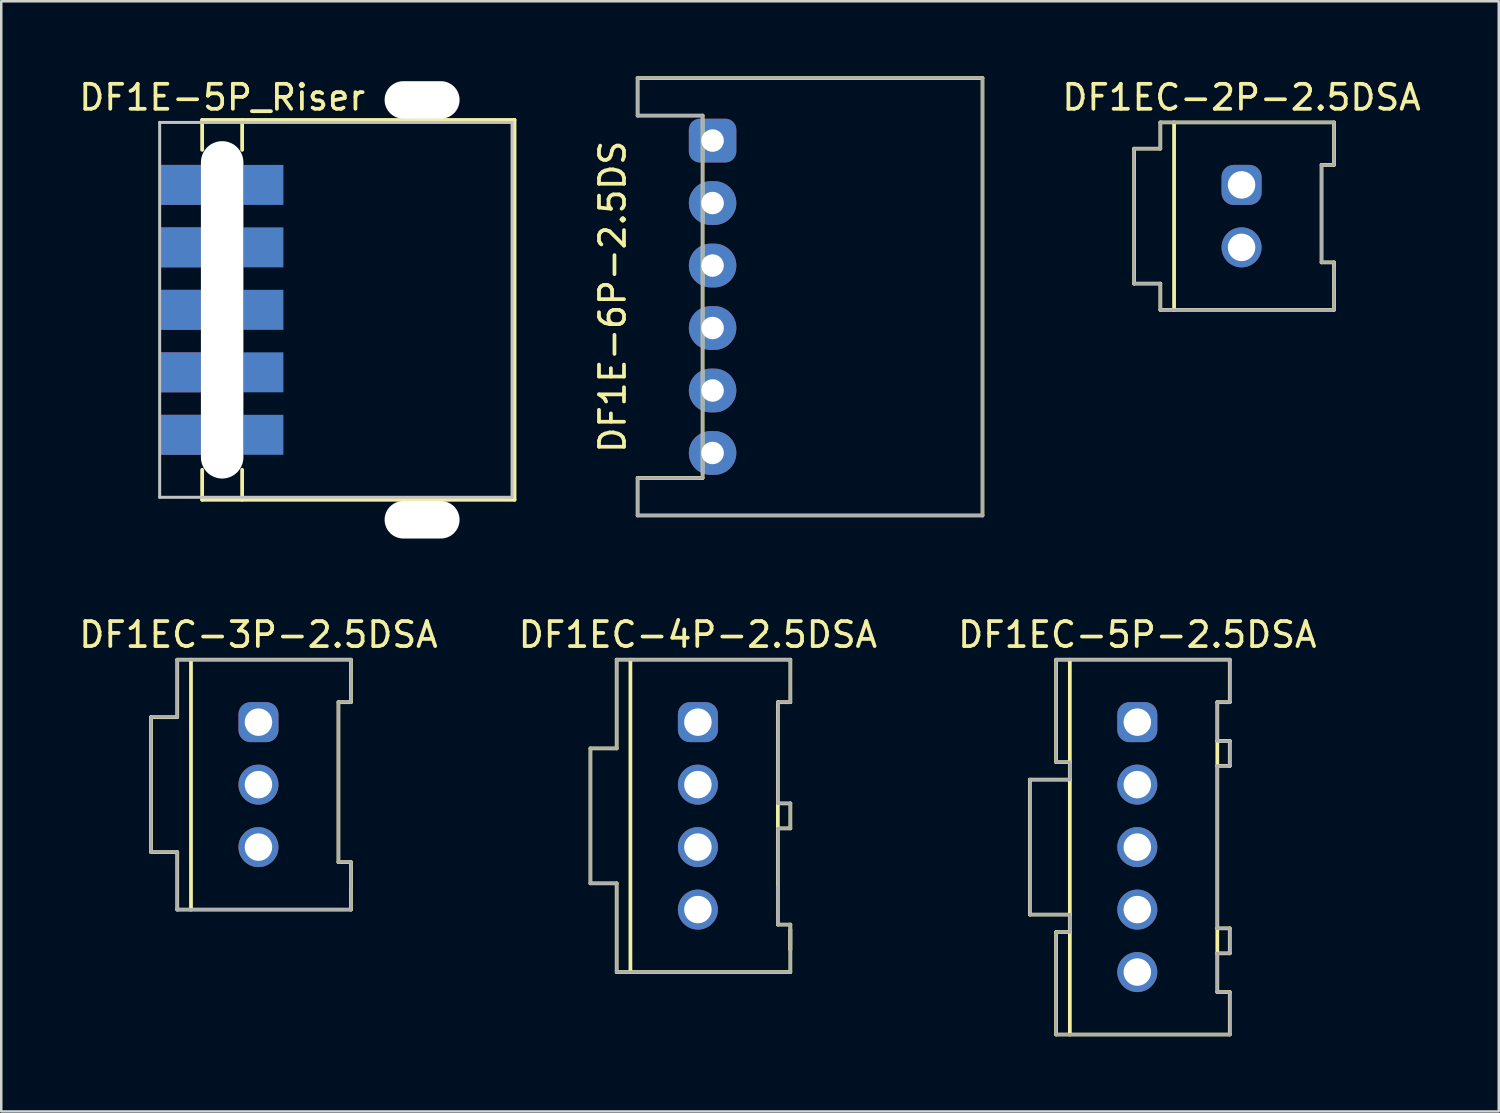
<source format=kicad_pcb>
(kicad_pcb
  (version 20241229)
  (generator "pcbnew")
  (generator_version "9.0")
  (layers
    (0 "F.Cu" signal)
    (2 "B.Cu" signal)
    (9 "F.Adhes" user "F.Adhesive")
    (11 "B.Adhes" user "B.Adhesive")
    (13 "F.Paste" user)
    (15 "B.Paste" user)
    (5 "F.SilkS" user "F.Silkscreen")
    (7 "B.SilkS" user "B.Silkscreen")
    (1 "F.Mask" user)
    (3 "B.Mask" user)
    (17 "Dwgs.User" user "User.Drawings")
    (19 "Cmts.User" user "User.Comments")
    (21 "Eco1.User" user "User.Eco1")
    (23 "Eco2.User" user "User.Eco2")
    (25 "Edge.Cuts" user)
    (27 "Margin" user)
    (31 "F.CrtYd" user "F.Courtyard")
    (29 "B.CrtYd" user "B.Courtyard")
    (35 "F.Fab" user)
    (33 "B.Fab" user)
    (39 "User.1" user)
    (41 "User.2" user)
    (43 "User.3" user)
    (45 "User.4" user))
  (footprint "DF1EC-4P-2.5DSA"
    (layer "F.Cu")
    (at 24.875 29.596)
    (property "Reference" "DF1EC-4P-2.5DSA" (at 0 -7.25 0) (layer "F.SilkS") (effects (font (size 1 1) (thickness 0.15))))
    (attr through_hole)
    (fp_line (start -4.3 -2.7) (end -4.3 2.7) (stroke (width 0.15) (type solid)) (layer "F.SilkS"))
    (fp_line (start -4.3 -2.7) (end -3.25 -2.7) (stroke (width 0.15) (type solid)) (layer "F.SilkS"))
    (fp_line (start -4.3 2.7) (end -3.25 2.7) (stroke (width 0.15) (type solid)) (layer "F.SilkS"))
    (fp_line (start -3.25 -6.25) (end -3.25 -2.7) (stroke (width 0.15) (type solid)) (layer "F.SilkS"))
    (fp_line (start -3.25 -6.25) (end 3.7 -6.25) (stroke (width 0.15) (type solid)) (layer "F.SilkS"))
    (fp_line (start -3.25 2.7) (end -3.25 6.25) (stroke (width 0.15) (type solid)) (layer "F.SilkS"))
    (fp_line (start -3.25 6.25) (end 3.7 6.25) (stroke (width 0.15) (type solid)) (layer "F.SilkS"))
    (fp_line (start -2.7 -6.25) (end -2.7 6.25) (stroke (width 0.15) (type solid)) (layer "F.SilkS"))
    (fp_line (start 3.2 -4.55) (end 3.2 4.35) (stroke (width 0.15) (type solid)) (layer "F.SilkS"))
    (fp_line (start 3.2 -0.5) (end 3.7 -0.5) (stroke (width 0.15) (type solid)) (layer "F.SilkS"))
    (fp_line (start 3.2 0.5) (end 3.7 0.5) (stroke (width 0.15) (type solid)) (layer "F.SilkS"))
    (fp_line (start 3.2 4.35) (end 3.7 4.35) (stroke (width 0.15) (type solid)) (layer "F.SilkS"))
    (fp_line (start 3.7 -6.25) (end 3.7 -4.55) (stroke (width 0.15) (type solid)) (layer "F.SilkS"))
    (fp_line (start 3.7 -4.55) (end 3.2 -4.55) (stroke (width 0.15) (type solid)) (layer "F.SilkS"))
    (fp_line (start 3.7 -0.5) (end 3.7 0.5) (stroke (width 0.15) (type solid)) (layer "F.SilkS"))
    (fp_line (start 3.7 4.35) (end 3.7 5.35) (stroke (width 0.15) (type solid)) (layer "F.SilkS"))
    (fp_line (start 3.7 4.55) (end 3.7 6.25) (stroke (width 0.15) (type solid)) (layer "F.SilkS"))
    (fp_line (start -4.3 -2.7) (end -4.3 2.7) (stroke (width 0.12) (type solid)) (layer "F.Fab"))
    (fp_line (start -4.3 -2.7) (end -3.25 -2.7) (stroke (width 0.12) (type solid)) (layer "F.Fab"))
    (fp_line (start -4.3 2.7) (end -3.25 2.7) (stroke (width 0.12) (type solid)) (layer "F.Fab"))
    (fp_line (start -3.25 -6.25) (end -3.25 -2.7) (stroke (width 0.12) (type solid)) (layer "F.Fab"))
    (fp_line (start -3.25 -6.25) (end 3.7 -6.25) (stroke (width 0.12) (type solid)) (layer "F.Fab"))
    (fp_line (start -3.25 2.7) (end -3.25 6.25) (stroke (width 0.12) (type solid)) (layer "F.Fab"))
    (fp_line (start -3.25 6.25) (end 3.7 6.25) (stroke (width 0.12) (type solid)) (layer "F.Fab"))
    (fp_line (start 3.2 -4.55) (end 3.2 -0.5) (stroke (width 0.12) (type solid)) (layer "F.Fab"))
    (fp_line (start 3.2 -4.55) (end 3.7 -4.55) (stroke (width 0.12) (type solid)) (layer "F.Fab"))
    (fp_line (start 3.2 -0.5) (end 3.7 -0.5) (stroke (width 0.12) (type solid)) (layer "F.Fab"))
    (fp_line (start 3.2 0.5) (end 3.2 4.35) (stroke (width 0.12) (type solid)) (layer "F.Fab"))
    (fp_line (start 3.2 0.5) (end 3.7 0.5) (stroke (width 0.12) (type solid)) (layer "F.Fab"))
    (fp_line (start 3.2 2.85) (end 3.2 4.35) (stroke (width 0.12) (type solid)) (layer "F.Fab"))
    (fp_line (start 3.2 4.35) (end 3.7 4.35) (stroke (width 0.12) (type solid)) (layer "F.Fab"))
    (fp_line (start 3.7 -6.25) (end 3.7 -4.55) (stroke (width 0.12) (type solid)) (layer "F.Fab"))
    (fp_line (start 3.7 -0.5) (end 3.7 0.5) (stroke (width 0.12) (type solid)) (layer "F.Fab"))
    (fp_line (start 3.7 4.35) (end 3.7 5.35) (stroke (width 0.12) (type solid)) (layer "F.Fab"))
    (fp_line (start 3.7 4.55) (end 3.7 6.25) (stroke (width 0.12) (type solid)) (layer "F.Fab"))
    (pad "1" thru_hole roundrect (at 0 -3.75) (size 1.6 1.6) (drill 1.1) (layers "*.Cu" "*.Mask") (roundrect_rratio 0.3))
    (pad "2" thru_hole circle (at 0 -1.25) (size 1.6 1.6) (drill 1.1) (layers "*.Cu" "*.Mask"))
    (pad "3" thru_hole circle (at 0 1.25) (size 1.6 1.6) (drill 1.1) (layers "*.Cu" "*.Mask"))
    (pad "4" thru_hole circle (at 0 3.75) (size 1.6 1.6) (drill 1.1) (layers "*.Cu" "*.Mask")))
  (footprint "DF1EC-3P-2.5DSA"
    (layer "F.Cu")
    (at 7.292 28.346)
    (property "Reference" "DF1EC-3P-2.5DSA" (at 0 -6 0) (layer "F.SilkS") (effects (font (size 1 1) (thickness 0.15))))
    (attr through_hole)
    (fp_line (start -4.3 -2.7) (end -4.3 2.7) (stroke (width 0.15) (type solid)) (layer "F.SilkS"))
    (fp_line (start -4.3 -2.7) (end -3.25 -2.7) (stroke (width 0.15) (type solid)) (layer "F.SilkS"))
    (fp_line (start -4.3 2.7) (end -3.25 2.7) (stroke (width 0.15) (type solid)) (layer "F.SilkS"))
    (fp_line (start -3.25 -5) (end -3.25 -2.7) (stroke (width 0.15) (type solid)) (layer "F.SilkS"))
    (fp_line (start -3.25 -5) (end 3.7 -5) (stroke (width 0.15) (type solid)) (layer "F.SilkS"))
    (fp_line (start -3.25 2.7) (end -3.25 5) (stroke (width 0.15) (type solid)) (layer "F.SilkS"))
    (fp_line (start -3.25 5) (end 3.7 5) (stroke (width 0.15) (type solid)) (layer "F.SilkS"))
    (fp_line (start -2.7 -5) (end -2.7 5) (stroke (width 0.15) (type solid)) (layer "F.SilkS"))
    (fp_line (start 3.2 -3.3) (end 3.2 3.1) (stroke (width 0.15) (type solid)) (layer "F.SilkS"))
    (fp_line (start 3.2 3.1) (end 3.7 3.1) (stroke (width 0.15) (type solid)) (layer "F.SilkS"))
    (fp_line (start 3.7 -5) (end 3.7 -3.3) (stroke (width 0.15) (type solid)) (layer "F.SilkS"))
    (fp_line (start 3.7 -3.3) (end 3.2 -3.3) (stroke (width 0.15) (type solid)) (layer "F.SilkS"))
    (fp_line (start 3.7 3.1) (end 3.7 4.1) (stroke (width 0.15) (type solid)) (layer "F.SilkS"))
    (fp_line (start 3.7 3.3) (end 3.7 5) (stroke (width 0.15) (type solid)) (layer "F.SilkS"))
    (fp_line (start -4.3 -2.7) (end -4.3 2.7) (stroke (width 0.12) (type solid)) (layer "F.Fab"))
    (fp_line (start -4.3 -2.7) (end -3.25 -2.7) (stroke (width 0.12) (type solid)) (layer "F.Fab"))
    (fp_line (start -4.3 2.7) (end -3.25 2.7) (stroke (width 0.12) (type solid)) (layer "F.Fab"))
    (fp_line (start -3.25 -5) (end -3.25 -2.7) (stroke (width 0.12) (type solid)) (layer "F.Fab"))
    (fp_line (start -3.25 -5) (end 3.7 -5) (stroke (width 0.12) (type solid)) (layer "F.Fab"))
    (fp_line (start -3.25 2.7) (end -3.25 5) (stroke (width 0.12) (type solid)) (layer "F.Fab"))
    (fp_line (start -3.25 5) (end 3.7 5) (stroke (width 0.12) (type solid)) (layer "F.Fab"))
    (fp_line (start 3.2 -3.3) (end 3.2 3.1) (stroke (width 0.12) (type solid)) (layer "F.Fab"))
    (fp_line (start 3.2 -3.3) (end 3.7 -3.3) (stroke (width 0.12) (type solid)) (layer "F.Fab"))
    (fp_line (start 3.2 3.1) (end 3.7 3.1) (stroke (width 0.12) (type solid)) (layer "F.Fab"))
    (fp_line (start 3.7 -5) (end 3.7 -3.3) (stroke (width 0.12) (type solid)) (layer "F.Fab"))
    (fp_line (start 3.7 3.1) (end 3.7 4.1) (stroke (width 0.12) (type solid)) (layer "F.Fab"))
    (fp_line (start 3.7 3.3) (end 3.7 5) (stroke (width 0.12) (type solid)) (layer "F.Fab"))
    (pad "1" thru_hole roundrect (at 0 -2.5) (size 1.6 1.6) (drill 1.1) (layers "*.Cu" "*.Mask") (roundrect_rratio 0.3))
    (pad "2" thru_hole circle (at 0 0) (size 1.6 1.6) (drill 1.1) (layers "*.Cu" "*.Mask"))
    (pad "3" thru_hole circle (at 0 2.5) (size 1.6 1.6) (drill 1.1) (layers "*.Cu" "*.Mask")))
  (footprint "DF1EC-5P-2.5DSA"
    (layer "F.Cu")
    (at 42.458 30.846)
    (property "Reference" "DF1EC-5P-2.5DSA" (at 0 -8.5 0) (layer "F.SilkS") (effects (font (size 1 1) (thickness 0.15))))
    (attr through_hole)
    (fp_line (start -4.3 -2.7) (end -4.3 2.7) (stroke (width 0.15) (type solid)) (layer "F.SilkS"))
    (fp_line (start -4.3 -2.7) (end -2.7 -2.7) (stroke (width 0.15) (type solid)) (layer "F.SilkS"))
    (fp_line (start -4.3 2.7) (end -2.7 2.7) (stroke (width 0.15) (type solid)) (layer "F.SilkS"))
    (fp_line (start -3.25 -7.5) (end -3.25 -3.4) (stroke (width 0.15) (type solid)) (layer "F.SilkS"))
    (fp_line (start -3.25 -7.5) (end 3.7 -7.5) (stroke (width 0.15) (type solid)) (layer "F.SilkS"))
    (fp_line (start -3.25 -3.4) (end -2.7 -3.4) (stroke (width 0.15) (type solid)) (layer "F.SilkS"))
    (fp_line (start -3.25 3.4) (end -3.25 7.5) (stroke (width 0.15) (type solid)) (layer "F.SilkS"))
    (fp_line (start -3.25 3.4) (end -2.7 3.4) (stroke (width 0.15) (type solid)) (layer "F.SilkS"))
    (fp_line (start -3.25 7.5) (end 3.7 7.5) (stroke (width 0.15) (type solid)) (layer "F.SilkS"))
    (fp_line (start -2.7 -7.5) (end -2.7 7.5) (stroke (width 0.15) (type solid)) (layer "F.SilkS"))
    (fp_line (start 3.2 -5.8) (end 3.2 5.8) (stroke (width 0.15) (type solid)) (layer "F.SilkS"))
    (fp_line (start 3.2 -4.25) (end 3.7 -4.25) (stroke (width 0.15) (type solid)) (layer "F.SilkS"))
    (fp_line (start 3.2 -3.25) (end 3.7 -3.25) (stroke (width 0.15) (type solid)) (layer "F.SilkS"))
    (fp_line (start 3.2 3.25) (end 3.7 3.25) (stroke (width 0.15) (type solid)) (layer "F.SilkS"))
    (fp_line (start 3.2 4.25) (end 3.7 4.25) (stroke (width 0.15) (type solid)) (layer "F.SilkS"))
    (fp_line (start 3.2 5.8) (end 3.7 5.8) (stroke (width 0.15) (type solid)) (layer "F.SilkS"))
    (fp_line (start 3.7 -7.5) (end 3.7 -5.8) (stroke (width 0.15) (type solid)) (layer "F.SilkS"))
    (fp_line (start 3.7 -5.8) (end 3.2 -5.8) (stroke (width 0.15) (type solid)) (layer "F.SilkS"))
    (fp_line (start 3.7 -4.25) (end 3.7 -3.25) (stroke (width 0.15) (type solid)) (layer "F.SilkS"))
    (fp_line (start 3.7 3.25) (end 3.7 4.25) (stroke (width 0.15) (type solid)) (layer "F.SilkS"))
    (fp_line (start 3.7 5.8) (end 3.7 7.5) (stroke (width 0.15) (type solid)) (layer "F.SilkS"))
    (fp_line (start -4.3 -2.7) (end -4.3 2.7) (stroke (width 0.12) (type solid)) (layer "F.Fab"))
    (fp_line (start -4.3 -2.7) (end -2.7 -2.7) (stroke (width 0.12) (type solid)) (layer "F.Fab"))
    (fp_line (start -4.3 2.7) (end -2.7 2.7) (stroke (width 0.12) (type solid)) (layer "F.Fab"))
    (fp_line (start -3.25 -7.5) (end -3.25 -3.4) (stroke (width 0.12) (type solid)) (layer "F.Fab"))
    (fp_line (start -3.25 -7.5) (end 3.7 -7.5) (stroke (width 0.12) (type solid)) (layer "F.Fab"))
    (fp_line (start -3.25 -3.4) (end -2.7 -3.4) (stroke (width 0.12) (type solid)) (layer "F.Fab"))
    (fp_line (start -3.25 3.4) (end -3.25 7.5) (stroke (width 0.12) (type solid)) (layer "F.Fab"))
    (fp_line (start -3.25 3.4) (end -2.7 3.4) (stroke (width 0.12) (type solid)) (layer "F.Fab"))
    (fp_line (start -3.25 7.5) (end 3.7 7.5) (stroke (width 0.12) (type solid)) (layer "F.Fab"))
    (fp_line (start -2.7 -3.4) (end -2.7 -2.7) (stroke (width 0.12) (type solid)) (layer "F.Fab"))
    (fp_line (start -2.7 2.7) (end -2.7 3.4) (stroke (width 0.12) (type solid)) (layer "F.Fab"))
    (fp_line (start 3.2 -5.8) (end 3.2 -4.25) (stroke (width 0.12) (type solid)) (layer "F.Fab"))
    (fp_line (start 3.2 -5.8) (end 3.7 -5.8) (stroke (width 0.12) (type solid)) (layer "F.Fab"))
    (fp_line (start 3.2 -4.25) (end 3.7 -4.25) (stroke (width 0.12) (type solid)) (layer "F.Fab"))
    (fp_line (start 3.2 -3.25) (end 3.2 3.25) (stroke (width 0.12) (type solid)) (layer "F.Fab"))
    (fp_line (start 3.2 -3.25) (end 3.7 -3.25) (stroke (width 0.12) (type solid)) (layer "F.Fab"))
    (fp_line (start 3.2 3.25) (end 3.7 3.25) (stroke (width 0.12) (type solid)) (layer "F.Fab"))
    (fp_line (start 3.2 4.25) (end 3.2 5.8) (stroke (width 0.12) (type solid)) (layer "F.Fab"))
    (fp_line (start 3.2 4.25) (end 3.7 4.25) (stroke (width 0.12) (type solid)) (layer "F.Fab"))
    (fp_line (start 3.2 5.8) (end 3.7 5.8) (stroke (width 0.12) (type solid)) (layer "F.Fab"))
    (fp_line (start 3.7 -7.5) (end 3.7 -5.8) (stroke (width 0.12) (type solid)) (layer "F.Fab"))
    (fp_line (start 3.7 -4.25) (end 3.7 -3.25) (stroke (width 0.12) (type solid)) (layer "F.Fab"))
    (fp_line (start 3.7 3.25) (end 3.7 4.25) (stroke (width 0.12) (type solid)) (layer "F.Fab"))
    (fp_line (start 3.7 5.8) (end 3.7 7.5) (stroke (width 0.12) (type solid)) (layer "F.Fab"))
    (pad "1" thru_hole roundrect (at 0 -5) (size 1.6 1.6) (drill 1.1) (layers "*.Cu" "*.Mask") (roundrect_rratio 0.3))
    (pad "2" thru_hole circle (at 0 -2.5) (size 1.6 1.6) (drill 1.1) (layers "*.Cu" "*.Mask"))
    (pad "3" thru_hole circle (at 0 0) (size 1.6 1.6) (drill 1.1) (layers "*.Cu" "*.Mask"))
    (pad "4" thru_hole circle (at 0 2.5) (size 1.6 1.6) (drill 1.1) (layers "*.Cu" "*.Mask"))
    (pad "5" thru_hole circle (at 0 5) (size 1.6 1.6) (drill 1.1) (layers "*.Cu" "*.Mask")))
  (footprint "DF1E-5P_Riser"
    (layer "F.Cu")
    (at 5.839 9.348)
    (property "Reference" "DF1E-5P_Riser" (at 0 -8.5 0) (layer "F.SilkS") (effects (font (size 1 1) (thickness 0.15))))
    (attr through_hole)
    (fp_line (start -0.8 -7.6) (end -0.8 -6.4) (stroke (width 0.15) (type solid)) (layer "F.SilkS"))
    (fp_line (start -0.8 -7.6) (end 11.7 -7.6) (stroke (width 0.15) (type solid)) (layer "F.SilkS"))
    (fp_line (start -0.8 6.4) (end -0.8 7.6) (stroke (width 0.15) (type solid)) (layer "F.SilkS"))
    (fp_line (start -0.8 7.6) (end 11.7 7.6) (stroke (width 0.15) (type solid)) (layer "F.SilkS"))
    (fp_line (start 0.8 -7.6) (end 0.8 -6.4) (stroke (width 0.15) (type solid)) (layer "F.SilkS"))
    (fp_line (start 0.8 6.4) (end 0.8 7.6) (stroke (width 0.15) (type solid)) (layer "F.SilkS"))
    (fp_line (start 11.7 -7.6) (end 11.7 7.6) (stroke (width 0.15) (type solid)) (layer "F.SilkS"))
    (fp_line (start -2.5 -7.5) (end -2.5 7.5) (stroke (width 0.12) (type solid)) (layer "Dwgs.User"))
    (fp_line (start -2.5 -7.5) (end 11.6 -7.5) (stroke (width 0.12) (type solid)) (layer "Dwgs.User"))
    (fp_line (start -2.5 7.5) (end 11.6 7.5) (stroke (width 0.12) (type solid)) (layer "Dwgs.User"))
    (fp_line (start 11.6 -7.5) (end 11.6 7.5) (stroke (width 0.12) (type solid)) (layer "Dwgs.User"))
    (pad "" np_thru_hole oval (at 0 0) (size 1.7 13.5) (drill oval 1.7 13.5) (layers "*.Cu" "*.Mask"))
    (pad "" np_thru_hole oval (at 8 -8.4) (size 3 1.5) (drill oval 3 1.5) (layers "*.Cu" "*.Mask"))
    (pad "" np_thru_hole oval (at 8 8.4) (size 3 1.5) (drill oval 3 1.5) (layers "*.Cu" "*.Mask"))
    (pad "1" connect rect (at -1.65 -5) (size 1.6 1.6) (layers "F.Cu" "F.Mask"))
    (pad "1" connect rect (at -1.65 -5) (size 1.6 1.6) (layers "B.Cu" "B.Mask"))
    (pad "1" connect rect (at 1.65 -5) (size 1.6 1.6) (layers "B.Cu" "B.Mask"))
    (pad "2" connect rect (at -1.65 -2.5) (size 1.6 1.6) (layers "F.Cu" "F.Mask"))
    (pad "2" connect rect (at -1.65 -2.5) (size 1.6 1.6) (layers "B.Cu" "B.Mask"))
    (pad "2" connect rect (at 1.65 -2.5) (size 1.6 1.6) (layers "B.Cu" "B.Mask"))
    (pad "3" connect rect (at -1.65 0) (size 1.6 1.6) (layers "F.Cu" "F.Mask"))
    (pad "3" connect rect (at -1.65 0) (size 1.6 1.6) (layers "B.Cu" "B.Mask"))
    (pad "3" connect rect (at 1.65 0) (size 1.6 1.6) (layers "B.Cu" "B.Mask"))
    (pad "4" connect rect (at -1.65 2.5) (size 1.6 1.6) (layers "F.Cu" "F.Mask"))
    (pad "4" connect rect (at -1.65 2.5) (size 1.6 1.6) (layers "B.Cu" "B.Mask"))
    (pad "4" connect rect (at 1.65 2.5) (size 1.6 1.6) (layers "B.Cu" "B.Mask"))
    (pad "5" connect rect (at -1.65 5) (size 1.6 1.6) (layers "F.Cu" "F.Mask"))
    (pad "5" connect rect (at -1.65 5) (size 1.6 1.6) (layers "B.Cu" "B.Mask"))
    (pad "5" connect rect (at 1.65 5) (size 1.6 1.6) (layers "B.Cu" "B.Mask")))
  (footprint "DF1E-6P-2.5DS"
    (layer "F.Cu")
    (at 25.463 8.825)
    (property "Reference" "DF1E-6P-2.5DS" (at -4 0 90) (layer "F.SilkS") (effects (font (size 1 1) (thickness 0.15))))
    (attr through_hole)
    (fp_line (start -3 -7.25) (end -3 -8.75) (stroke (width 0.15) (type solid)) (layer "F.SilkS"))
    (fp_line (start -3 8.75) (end -3 7.25) (stroke (width 0.15) (type solid)) (layer "F.SilkS"))
    (fp_line (start -0.4 -7.25) (end -3 -7.25) (stroke (width 0.15) (type solid)) (layer "F.SilkS"))
    (fp_line (start -0.4 7.25) (end -3 7.25) (stroke (width 0.15) (type solid)) (layer "F.SilkS"))
    (fp_line (start -0.4 7.25) (end -0.4 -7.25) (stroke (width 0.15) (type solid)) (layer "F.SilkS"))
    (fp_line (start 10.8 -8.75) (end -3 -8.75) (stroke (width 0.15) (type solid)) (layer "F.SilkS"))
    (fp_line (start 10.8 8.75) (end -3 8.75) (stroke (width 0.15) (type solid)) (layer "F.SilkS"))
    (fp_line (start 10.8 8.75) (end 10.8 -8.75) (stroke (width 0.15) (type solid)) (layer "F.SilkS"))
    (fp_line (start -3 -8.75) (end -3 -7.25) (stroke (width 0.12) (type solid)) (layer "F.Fab"))
    (fp_line (start -3 -8.75) (end 10.8 -8.75) (stroke (width 0.12) (type solid)) (layer "F.Fab"))
    (fp_line (start -3 -7.25) (end -0.4 -7.25) (stroke (width 0.12) (type solid)) (layer "F.Fab"))
    (fp_line (start -3 7.25) (end -3 8.75) (stroke (width 0.12) (type solid)) (layer "F.Fab"))
    (fp_line (start -3 7.25) (end -0.4 7.25) (stroke (width 0.12) (type solid)) (layer "F.Fab"))
    (fp_line (start -3 8.75) (end 10.8 8.75) (stroke (width 0.12) (type solid)) (layer "F.Fab"))
    (fp_line (start -0.4 -7.25) (end -0.4 7.25) (stroke (width 0.12) (type solid)) (layer "F.Fab"))
    (fp_line (start 10.8 -8.75) (end 10.8 8.75) (stroke (width 0.12) (type solid)) (layer "F.Fab"))
    (pad "1" thru_hole roundrect (at 0 -6.25 180) (size 1.9 1.75) (drill 0.9) (layers "*.Cu" "*.Mask") (roundrect_rratio 0.25))
    (pad "2" thru_hole oval (at 0 -3.75 180) (size 1.9 1.75) (drill 0.9) (layers "*.Cu" "*.Mask"))
    (pad "3" thru_hole oval (at 0 -1.25 180) (size 1.9 1.75) (drill 0.9) (layers "*.Cu" "*.Mask"))
    (pad "4" thru_hole oval (at 0 1.25 180) (size 1.9 1.75) (drill 0.9) (layers "*.Cu" "*.Mask"))
    (pad "5" thru_hole oval (at 0 3.75 180) (size 1.9 1.75) (drill 0.9) (layers "*.Cu" "*.Mask"))
    (pad "6" thru_hole oval (at 0 6.25 180) (size 1.9 1.75) (drill 0.9) (layers "*.Cu" "*.Mask")))
  (footprint "DF1EC-2P-2.5DSA"
    (layer "F.Cu")
    (at 46.629 5.598)
    (property "Reference" "DF1EC-2P-2.5DSA" (at 0 -4.75 0) (layer "F.SilkS") (effects (font (size 1 1) (thickness 0.15))))
    (attr through_hole)
    (fp_line (start -4.3 -2.7) (end -4.3 2.7) (stroke (width 0.15) (type solid)) (layer "F.SilkS"))
    (fp_line (start -4.3 -2.7) (end -3.25 -2.7) (stroke (width 0.15) (type solid)) (layer "F.SilkS"))
    (fp_line (start -4.3 2.7) (end -3.25 2.7) (stroke (width 0.15) (type solid)) (layer "F.SilkS"))
    (fp_line (start -3.25 -3.75) (end -3.25 -2.7) (stroke (width 0.15) (type solid)) (layer "F.SilkS"))
    (fp_line (start -3.25 -3.75) (end 3.7 -3.75) (stroke (width 0.15) (type solid)) (layer "F.SilkS"))
    (fp_line (start -3.25 2.7) (end -3.25 3.75) (stroke (width 0.15) (type solid)) (layer "F.SilkS"))
    (fp_line (start -3.25 3.75) (end 3.7 3.75) (stroke (width 0.15) (type solid)) (layer "F.SilkS"))
    (fp_line (start -2.7 -3.75) (end -2.7 3.75) (stroke (width 0.15) (type solid)) (layer "F.SilkS"))
    (fp_line (start 3.2 -2.05) (end 3.2 1.85) (stroke (width 0.15) (type solid)) (layer "F.SilkS"))
    (fp_line (start 3.2 1.85) (end 3.7 1.85) (stroke (width 0.15) (type solid)) (layer "F.SilkS"))
    (fp_line (start 3.7 -3.75) (end 3.7 -2.05) (stroke (width 0.15) (type solid)) (layer "F.SilkS"))
    (fp_line (start 3.7 -2.05) (end 3.2 -2.05) (stroke (width 0.15) (type solid)) (layer "F.SilkS"))
    (fp_line (start 3.7 1.85) (end 3.7 2.85) (stroke (width 0.15) (type solid)) (layer "F.SilkS"))
    (fp_line (start 3.7 2.05) (end 3.7 3.75) (stroke (width 0.15) (type solid)) (layer "F.SilkS"))
    (fp_line (start -4.3 -2.7) (end -4.3 2.7) (stroke (width 0.12) (type solid)) (layer "F.Fab"))
    (fp_line (start -4.3 -2.7) (end -3.25 -2.7) (stroke (width 0.12) (type solid)) (layer "F.Fab"))
    (fp_line (start -4.3 2.7) (end -3.25 2.7) (stroke (width 0.12) (type solid)) (layer "F.Fab"))
    (fp_line (start -3.25 -3.75) (end -3.25 -2.7) (stroke (width 0.12) (type solid)) (layer "F.Fab"))
    (fp_line (start -3.25 -3.75) (end 3.7 -3.75) (stroke (width 0.12) (type solid)) (layer "F.Fab"))
    (fp_line (start -3.25 2.7) (end -3.25 3.75) (stroke (width 0.12) (type solid)) (layer "F.Fab"))
    (fp_line (start -3.25 3.75) (end 3.7 3.75) (stroke (width 0.12) (type solid)) (layer "F.Fab"))
    (fp_line (start 3.2 -2.05) (end 3.2 1.85) (stroke (width 0.12) (type solid)) (layer "F.Fab"))
    (fp_line (start 3.2 -2.05) (end 3.7 -2.05) (stroke (width 0.12) (type solid)) (layer "F.Fab"))
    (fp_line (start 3.2 1.85) (end 3.7 1.85) (stroke (width 0.12) (type solid)) (layer "F.Fab"))
    (fp_line (start 3.7 -3.75) (end 3.7 -2.05) (stroke (width 0.12) (type solid)) (layer "F.Fab"))
    (fp_line (start 3.7 1.85) (end 3.7 2.85) (stroke (width 0.12) (type solid)) (layer "F.Fab"))
    (fp_line (start 3.7 2.05) (end 3.7 3.75) (stroke (width 0.12) (type solid)) (layer "F.Fab"))
    (pad "1" thru_hole roundrect (at 0 -1.25) (size 1.6 1.6) (drill 1.1) (layers "*.Cu" "*.Mask") (roundrect_rratio 0.3))
    (pad "2" thru_hole circle (at 0 1.25) (size 1.6 1.6) (drill 1.1) (layers "*.Cu" "*.Mask")))
  (gr_rect
    (start -3 -3)
    (end 56.921 41.422)
    (stroke (width 0.1) (type default))
    (fill no)
    (layer "Edge.Cuts")))
</source>
